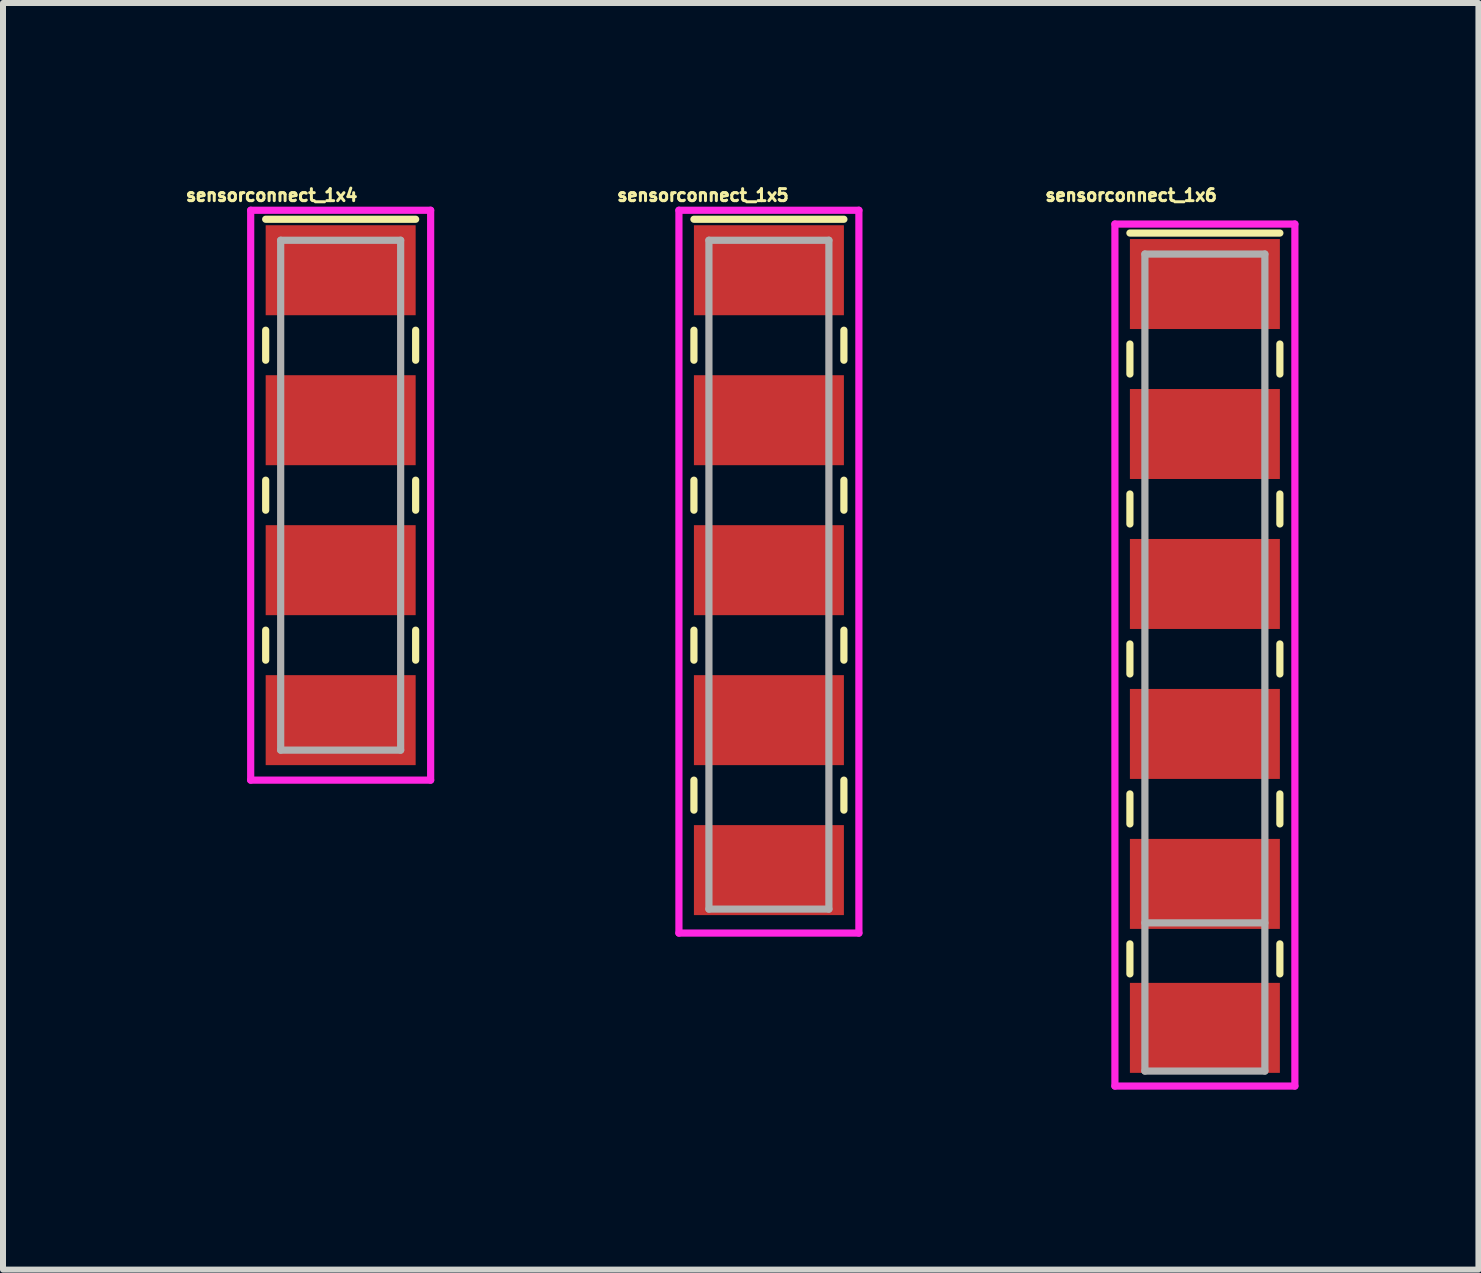
<source format=kicad_pcb>
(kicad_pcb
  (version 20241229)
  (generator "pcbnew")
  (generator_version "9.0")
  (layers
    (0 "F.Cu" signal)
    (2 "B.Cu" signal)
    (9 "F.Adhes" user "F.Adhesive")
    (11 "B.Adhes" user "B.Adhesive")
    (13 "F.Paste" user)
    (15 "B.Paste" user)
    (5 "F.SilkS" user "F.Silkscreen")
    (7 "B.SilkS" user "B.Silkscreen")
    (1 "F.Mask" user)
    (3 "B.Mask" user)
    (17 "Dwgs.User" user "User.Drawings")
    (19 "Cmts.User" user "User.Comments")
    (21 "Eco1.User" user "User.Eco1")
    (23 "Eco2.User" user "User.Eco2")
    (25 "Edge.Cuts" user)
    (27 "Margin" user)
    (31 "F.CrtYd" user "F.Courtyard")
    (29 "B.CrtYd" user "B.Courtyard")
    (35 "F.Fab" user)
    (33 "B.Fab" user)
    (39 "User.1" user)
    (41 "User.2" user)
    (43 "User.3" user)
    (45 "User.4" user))
  (footprint "sensorconnect_1x4"
    (layer "F.Cu")
    (at 2.479 5.205)
    (property "Reference" "sensorconnect_1x4" (at -1 -5 0) (layer "F.SilkS") (effects (font (size 0.2 0.2) (thickness 0.05))))
    (attr through_hole)
    (fp_line (start -1.1 -4.6) (end 1.4 -4.6) (stroke (width 0.12) (type solid)) (layer "F.SilkS"))
    (fp_line (start -1.1 -2.75) (end -1.1 -2.25) (stroke (width 0.12) (type solid)) (layer "F.SilkS"))
    (fp_line (start -1.1 -0.25) (end -1.1 0.25) (stroke (width 0.12) (type solid)) (layer "F.SilkS"))
    (fp_line (start -1.1 2.25) (end -1.1 2.75) (stroke (width 0.12) (type solid)) (layer "F.SilkS"))
    (fp_line (start 1.4 -2.75) (end 1.4 -2.25) (stroke (width 0.12) (type solid)) (layer "F.SilkS"))
    (fp_line (start 1.4 -0.25) (end 1.4 0.25) (stroke (width 0.12) (type solid)) (layer "F.SilkS"))
    (fp_line (start 1.4 2.25) (end 1.4 2.75) (stroke (width 0.12) (type solid)) (layer "F.SilkS"))
    (fp_line (start -1.35 -4.75) (end -1.35 4.75) (stroke (width 0.12) (type solid)) (layer "F.CrtYd"))
    (fp_line (start -1.35 4.75) (end 1.65 4.75) (stroke (width 0.12) (type solid)) (layer "F.CrtYd"))
    (fp_line (start 1.65 -4.75) (end -1.35 -4.75) (stroke (width 0.12) (type solid)) (layer "F.CrtYd"))
    (fp_line (start 1.65 4.75) (end 1.65 -4.75) (stroke (width 0.12) (type solid)) (layer "F.CrtYd"))
    (fp_line (start -0.85 -4.25) (end -0.85 4.25) (stroke (width 0.12) (type solid)) (layer "F.Fab"))
    (fp_line (start -0.85 4.25) (end 1.15 4.25) (stroke (width 0.12) (type solid)) (layer "F.Fab"))
    (fp_line (start 1.15 -4.25) (end -0.85 -4.25) (stroke (width 0.12) (type solid)) (layer "F.Fab"))
    (fp_line (start 1.15 4.25) (end 1.15 -4.25) (stroke (width 0.12) (type solid)) (layer "F.Fab"))
    (pad "1" smd rect (at 0.15 -3.75) (size 2.5 1.5) (layers "F.Cu" "F.Mask" "F.Paste"))
    (pad "2" smd rect (at 0.15 -1.25) (size 2.5 1.5) (layers "F.Cu" "F.Mask" "F.Paste"))
    (pad "3" smd rect (at 0.15 1.25) (size 2.5 1.5) (layers "F.Cu" "F.Mask" "F.Paste"))
    (pad "4" smd rect (at 0.15 3.75) (size 2.5 1.5) (layers "F.Cu" "F.Mask" "F.Paste")))
  (footprint "sensorconnect_1x6"
    (layer "F.Cu")
    (at 15.206 6.805)
    (property "Reference" "sensorconnect_1x6" (at 0.6 -6.6 0) (layer "F.SilkS") (effects (font (size 0.2 0.2) (thickness 0.05))))
    (attr through_hole)
    (fp_line (start 0.58 -5.97) (end 3.08 -5.97) (stroke (width 0.12) (type solid)) (layer "F.SilkS"))
    (fp_line (start 0.58 -4.12) (end 0.58 -3.62) (stroke (width 0.12) (type solid)) (layer "F.SilkS"))
    (fp_line (start 0.58 -1.62) (end 0.58 -1.12) (stroke (width 0.12) (type solid)) (layer "F.SilkS"))
    (fp_line (start 0.58 0.88) (end 0.58 1.38) (stroke (width 0.12) (type solid)) (layer "F.SilkS"))
    (fp_line (start 0.58 3.38) (end 0.58 3.88) (stroke (width 0.12) (type solid)) (layer "F.SilkS"))
    (fp_line (start 0.58 5.88) (end 0.58 6.38) (stroke (width 0.12) (type solid)) (layer "F.SilkS"))
    (fp_line (start 3.08 -4.12) (end 3.08 -3.62) (stroke (width 0.12) (type solid)) (layer "F.SilkS"))
    (fp_line (start 3.08 -1.62) (end 3.08 -1.12) (stroke (width 0.12) (type solid)) (layer "F.SilkS"))
    (fp_line (start 3.08 0.88) (end 3.08 1.38) (stroke (width 0.12) (type solid)) (layer "F.SilkS"))
    (fp_line (start 3.08 3.38) (end 3.08 3.88) (stroke (width 0.12) (type solid)) (layer "F.SilkS"))
    (fp_line (start 3.08 5.88) (end 3.08 6.38) (stroke (width 0.12) (type solid)) (layer "F.SilkS"))
    (fp_line (start 0.33 -6.12) (end 0.33 8.25) (stroke (width 0.12) (type solid)) (layer "F.CrtYd"))
    (fp_line (start 0.33 8.25) (end 3.33 8.25) (stroke (width 0.12) (type solid)) (layer "F.CrtYd"))
    (fp_line (start 3.33 -6.12) (end 0.33 -6.12) (stroke (width 0.12) (type solid)) (layer "F.CrtYd"))
    (fp_line (start 3.33 8.25) (end 3.33 -6.12) (stroke (width 0.12) (type solid)) (layer "F.CrtYd"))
    (fp_line (start 0.83 -5.62) (end 0.83 8) (stroke (width 0.12) (type solid)) (layer "F.Fab"))
    (fp_line (start 0.83 5.53) (end 2.83 5.53) (stroke (width 0.12) (type solid)) (layer "F.Fab"))
    (fp_line (start 2.83 -5.62) (end 0.83 -5.62) (stroke (width 0.12) (type solid)) (layer "F.Fab"))
    (fp_line (start 2.83 8) (end 0.83 8) (stroke (width 0.12) (type solid)) (layer "F.Fab"))
    (fp_line (start 2.83 8) (end 2.83 -5.62) (stroke (width 0.12) (type solid)) (layer "F.Fab"))
    (pad "1" smd rect (at 1.83 -5.12) (size 2.5 1.5) (layers "F.Cu" "F.Mask" "F.Paste"))
    (pad "2" smd rect (at 1.83 -2.62) (size 2.5 1.5) (layers "F.Cu" "F.Mask" "F.Paste"))
    (pad "3" smd rect (at 1.83 -0.12) (size 2.5 1.5) (layers "F.Cu" "F.Mask" "F.Paste"))
    (pad "4" smd rect (at 1.83 2.38) (size 2.5 1.5) (layers "F.Cu" "F.Mask" "F.Paste"))
    (pad "5" smd rect (at 1.83 4.88) (size 2.5 1.5) (layers "F.Cu" "F.Mask" "F.Paste"))
    (pad "6" smd rect (at 1.83 7.28) (size 2.5 1.5) (layers "F.Cu" "F.Mask" "F.Paste")))
  (footprint "sensorconnect_1x5"
    (layer "F.Cu")
    (at 9.668 6.305)
    (property "Reference" "sensorconnect_1x5" (at -1 -6.1 0) (layer "F.SilkS") (effects (font (size 0.2 0.2) (thickness 0.05))))
    (attr through_hole)
    (fp_line (start -1.15 -5.7) (end 1.35 -5.7) (stroke (width 0.12) (type solid)) (layer "F.SilkS"))
    (fp_line (start -1.15 -3.85) (end -1.15 -3.35) (stroke (width 0.12) (type solid)) (layer "F.SilkS"))
    (fp_line (start -1.15 -1.35) (end -1.15 -0.85) (stroke (width 0.12) (type solid)) (layer "F.SilkS"))
    (fp_line (start -1.15 1.15) (end -1.15 1.65) (stroke (width 0.12) (type solid)) (layer "F.SilkS"))
    (fp_line (start -1.15 3.65) (end -1.15 4.15) (stroke (width 0.12) (type solid)) (layer "F.SilkS"))
    (fp_line (start 1.35 -3.85) (end 1.35 -3.35) (stroke (width 0.12) (type solid)) (layer "F.SilkS"))
    (fp_line (start 1.35 -1.35) (end 1.35 -0.85) (stroke (width 0.12) (type solid)) (layer "F.SilkS"))
    (fp_line (start 1.35 1.15) (end 1.35 1.65) (stroke (width 0.12) (type solid)) (layer "F.SilkS"))
    (fp_line (start 1.35 3.65) (end 1.35 4.15) (stroke (width 0.12) (type solid)) (layer "F.SilkS"))
    (fp_line (start -1.4 -5.85) (end -1.4 6.2) (stroke (width 0.12) (type solid)) (layer "F.CrtYd"))
    (fp_line (start -1.4 6.2) (end 1.6 6.2) (stroke (width 0.12) (type solid)) (layer "F.CrtYd"))
    (fp_line (start 1.6 -5.85) (end -1.4 -5.85) (stroke (width 0.12) (type solid)) (layer "F.CrtYd"))
    (fp_line (start 1.6 6.2) (end 1.6 -5.85) (stroke (width 0.12) (type solid)) (layer "F.CrtYd"))
    (fp_line (start -0.9 -5.35) (end -0.9 5.8) (stroke (width 0.12) (type solid)) (layer "F.Fab"))
    (fp_line (start -0.9 5.8) (end 1.1 5.8) (stroke (width 0.12) (type solid)) (layer "F.Fab"))
    (fp_line (start 1.1 -5.35) (end -0.9 -5.35) (stroke (width 0.12) (type solid)) (layer "F.Fab"))
    (fp_line (start 1.1 5.8) (end 1.1 -5.35) (stroke (width 0.12) (type solid)) (layer "F.Fab"))
    (pad "1" smd rect (at 0.1 -4.85) (size 2.5 1.5) (layers "F.Cu" "F.Mask" "F.Paste"))
    (pad "2" smd rect (at 0.1 -2.35) (size 2.5 1.5) (layers "F.Cu" "F.Mask" "F.Paste"))
    (pad "3" smd rect (at 0.1 0.15) (size 2.5 1.5) (layers "F.Cu" "F.Mask" "F.Paste"))
    (pad "4" smd rect (at 0.1 2.65) (size 2.5 1.5) (layers "F.Cu" "F.Mask" "F.Paste"))
    (pad "5" smd rect (at 0.1 5.15) (size 2.5 1.5) (layers "F.Cu" "F.Mask" "F.Paste")))
  (gr_rect
    (start -3 -3)
    (end 21.596 18.115)
    (stroke (width 0.1) (type default))
    (fill no)
    (layer "Edge.Cuts")))
</source>
